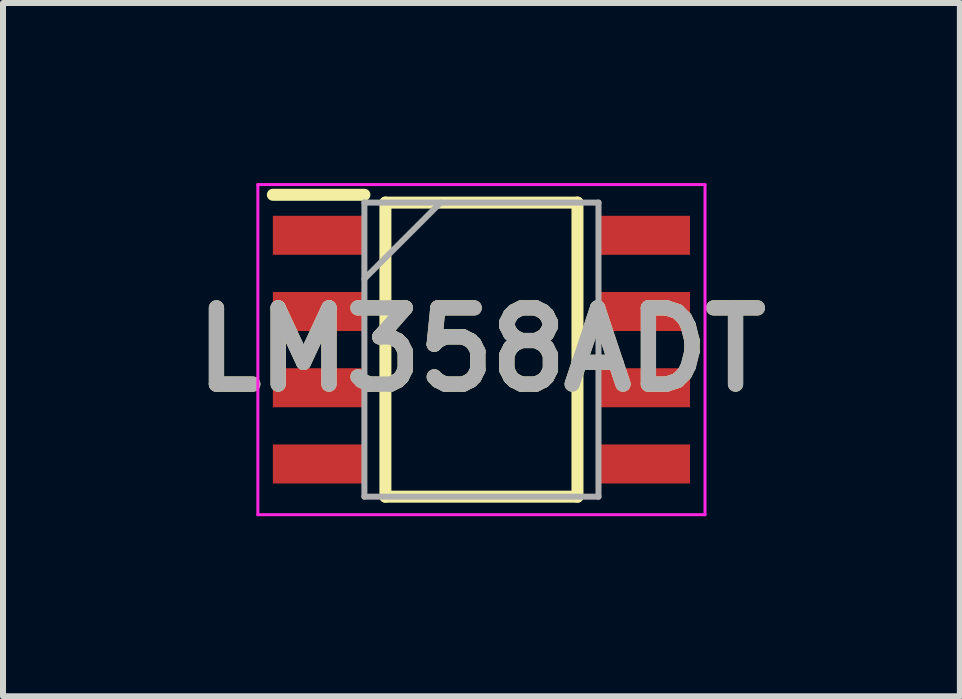
<source format=kicad_pcb>
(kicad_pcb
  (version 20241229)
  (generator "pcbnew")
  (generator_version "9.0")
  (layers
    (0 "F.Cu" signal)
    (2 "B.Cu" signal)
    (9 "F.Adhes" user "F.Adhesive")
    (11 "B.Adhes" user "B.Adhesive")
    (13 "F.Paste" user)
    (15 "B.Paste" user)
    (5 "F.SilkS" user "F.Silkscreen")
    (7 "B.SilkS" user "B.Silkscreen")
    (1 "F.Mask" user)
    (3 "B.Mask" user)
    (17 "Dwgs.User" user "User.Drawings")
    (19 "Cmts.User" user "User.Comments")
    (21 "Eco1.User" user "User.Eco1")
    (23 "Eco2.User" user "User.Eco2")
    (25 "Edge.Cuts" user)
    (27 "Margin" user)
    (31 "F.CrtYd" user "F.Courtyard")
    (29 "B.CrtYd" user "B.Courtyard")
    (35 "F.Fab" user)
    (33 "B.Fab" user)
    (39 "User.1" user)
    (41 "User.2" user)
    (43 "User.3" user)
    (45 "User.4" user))
  (footprint "LM358ADT"
    (layer "F.Cu")
    (at 4.971 2.775)
    (property "Reference" "LM358ADT" (at 0 0 0) (layer "F.SilkS") (effects (font (size 1.27 1.27) (thickness 0.254))))
    (attr smd)
    (fp_line (start -3.475 -2.58) (end -1.95 -2.58) (stroke (width 0.2) (type solid)) (layer "F.SilkS"))
    (fp_line (start -1.6 -2.45) (end 1.6 -2.45) (stroke (width 0.2) (type solid)) (layer "F.SilkS"))
    (fp_line (start -1.6 2.45) (end -1.6 -2.45) (stroke (width 0.2) (type solid)) (layer "F.SilkS"))
    (fp_line (start 1.6 -2.45) (end 1.6 2.45) (stroke (width 0.2) (type solid)) (layer "F.SilkS"))
    (fp_line (start 1.6 2.45) (end -1.6 2.45) (stroke (width 0.2) (type solid)) (layer "F.SilkS"))
    (fp_line (start -3.725 -2.75) (end 3.725 -2.75) (stroke (width 0.05) (type solid)) (layer "F.CrtYd"))
    (fp_line (start -3.725 2.75) (end -3.725 -2.75) (stroke (width 0.05) (type solid)) (layer "F.CrtYd"))
    (fp_line (start 3.725 -2.75) (end 3.725 2.75) (stroke (width 0.05) (type solid)) (layer "F.CrtYd"))
    (fp_line (start 3.725 2.75) (end -3.725 2.75) (stroke (width 0.05) (type solid)) (layer "F.CrtYd"))
    (fp_line (start -1.95 -2.45) (end 1.95 -2.45) (stroke (width 0.1) (type solid)) (layer "F.Fab"))
    (fp_line (start -1.95 -1.18) (end -0.68 -2.45) (stroke (width 0.1) (type solid)) (layer "F.Fab"))
    (fp_line (start -1.95 2.45) (end -1.95 -2.45) (stroke (width 0.1) (type solid)) (layer "F.Fab"))
    (fp_line (start 1.95 -2.45) (end 1.95 2.45) (stroke (width 0.1) (type solid)) (layer "F.Fab"))
    (fp_line (start 1.95 2.45) (end -1.95 2.45) (stroke (width 0.1) (type solid)) (layer "F.Fab"))
    (fp_text user "${REFERENCE}" (at 0 0 0) (layer "F.Fab") (effects (font (size 1.27 1.27) (thickness 0.254))))
    (pad "1" smd rect (at -2.712 -1.905 90) (size 0.65 1.525) (layers "F.Cu" "F.Mask" "F.Paste"))
    (pad "2" smd rect (at -2.712 -0.635 90) (size 0.65 1.525) (layers "F.Cu" "F.Mask" "F.Paste"))
    (pad "3" smd rect (at -2.712 0.635 90) (size 0.65 1.525) (layers "F.Cu" "F.Mask" "F.Paste"))
    (pad "4" smd rect (at -2.712 1.905 90) (size 0.65 1.525) (layers "F.Cu" "F.Mask" "F.Paste"))
    (pad "5" smd rect (at 2.712 1.905 90) (size 0.65 1.525) (layers "F.Cu" "F.Mask" "F.Paste"))
    (pad "6" smd rect (at 2.712 0.635 90) (size 0.65 1.525) (layers "F.Cu" "F.Mask" "F.Paste"))
    (pad "7" smd rect (at 2.712 -0.635 90) (size 0.65 1.525) (layers "F.Cu" "F.Mask" "F.Paste"))
    (pad "8" smd rect (at 2.712 -1.905 90) (size 0.65 1.525) (layers "F.Cu" "F.Mask" "F.Paste")))
  (gr_rect
    (start -3 -3)
    (end 12.942 8.55)
    (stroke (width 0.1) (type default))
    (fill no)
    (layer "Edge.Cuts")))
</source>
